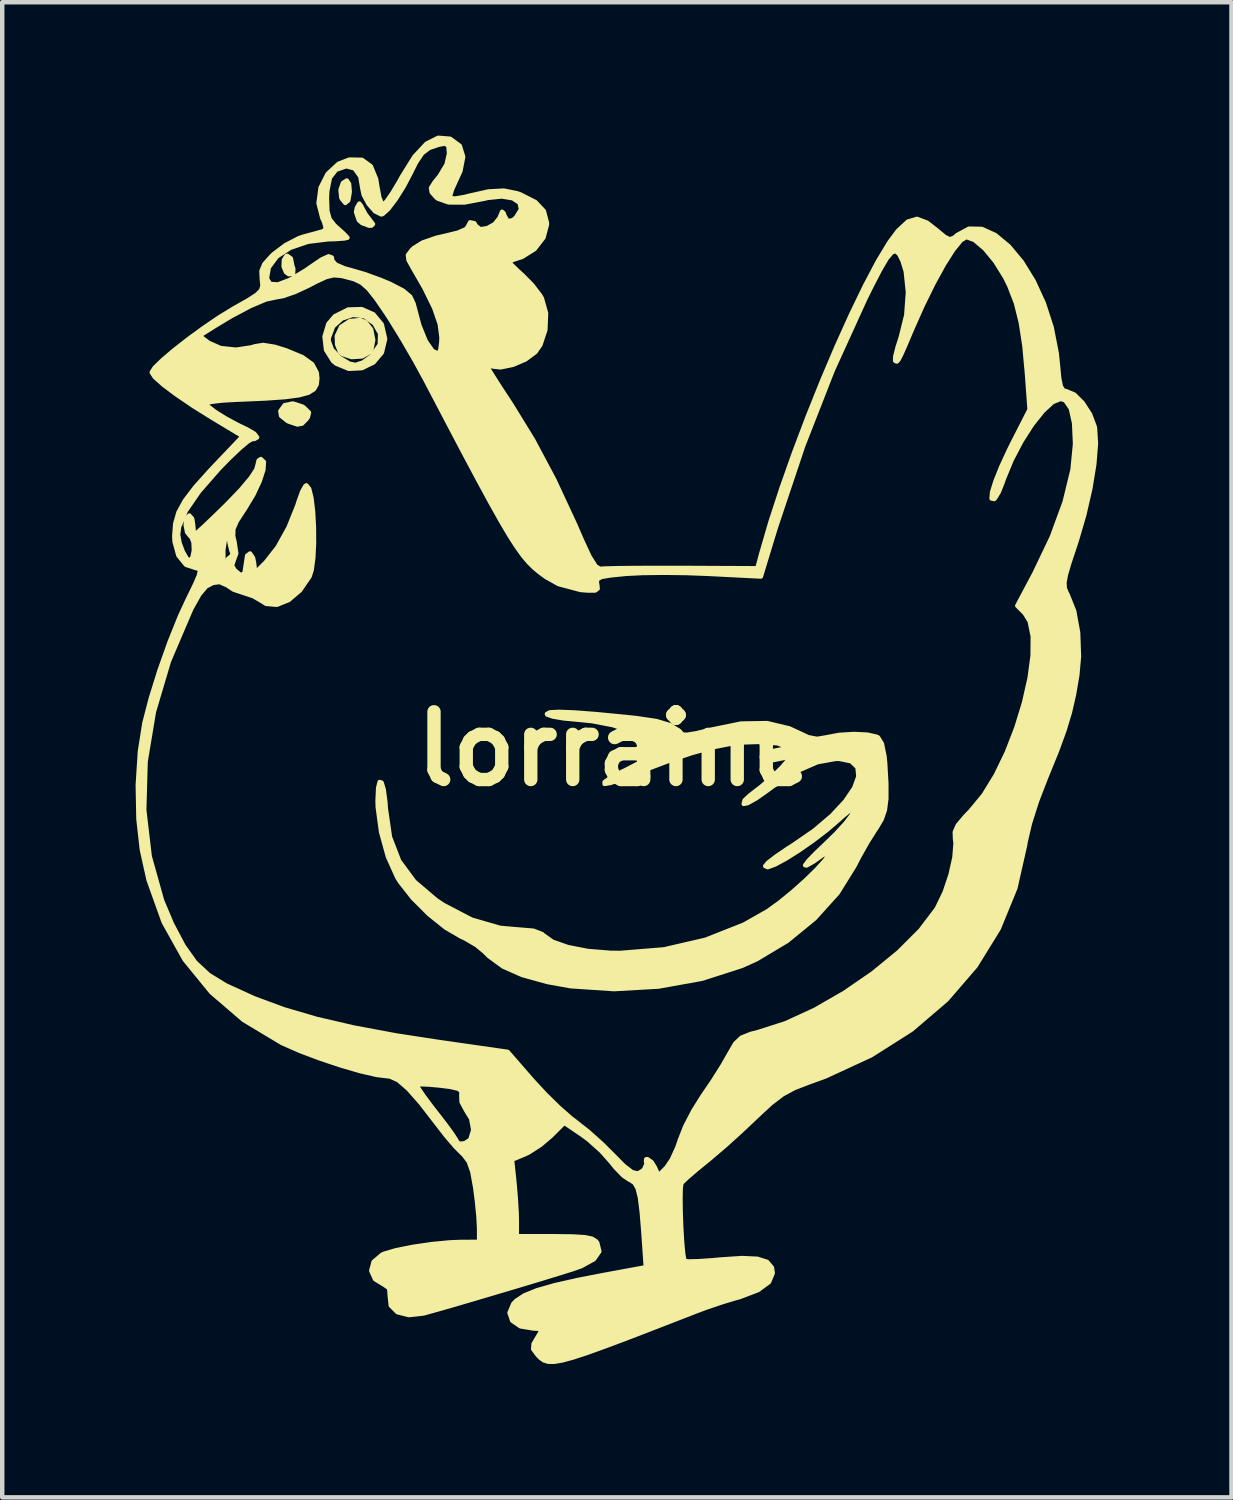
<source format=kicad_pcb>
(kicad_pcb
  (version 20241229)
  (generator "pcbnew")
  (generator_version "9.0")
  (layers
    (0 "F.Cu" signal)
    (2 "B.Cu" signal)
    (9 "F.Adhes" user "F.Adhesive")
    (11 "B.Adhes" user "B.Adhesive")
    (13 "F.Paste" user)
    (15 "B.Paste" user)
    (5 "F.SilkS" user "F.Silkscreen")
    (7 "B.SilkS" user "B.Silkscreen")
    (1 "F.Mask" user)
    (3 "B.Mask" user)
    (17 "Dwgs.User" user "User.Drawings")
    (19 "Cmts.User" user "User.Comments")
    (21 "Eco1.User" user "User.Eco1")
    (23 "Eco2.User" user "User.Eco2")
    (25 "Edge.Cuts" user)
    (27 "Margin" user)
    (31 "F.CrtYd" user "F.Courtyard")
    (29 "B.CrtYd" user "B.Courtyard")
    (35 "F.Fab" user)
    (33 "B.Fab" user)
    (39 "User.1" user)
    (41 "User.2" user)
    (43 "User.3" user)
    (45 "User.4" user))
  (footprint "lorraine"
    (layer "F.Cu")
    (at 10.777 13.796)
    (property "Reference" "lorraine" (at 0 0 0) (layer "F.SilkS") (effects (font (size 1.524 1.524) (thickness 0.3))))
    (attr through_hole)
    (fp_poly (pts (xy -5.96 -12.534) (xy -5.96 -12.531) (xy -5.993 -12.337) (xy -6.06 -12.281) (xy -6.139 -12.378) (xy -6.15 -12.404) (xy -6.166 -12.577) (xy -6.112 -12.73) (xy -6.026 -12.785) (xy -5.976 -12.711) (xy -5.96 -12.534)) (stroke (width 0.1) (type solid)) (fill yes) (layer "F.SilkS"))
    (fp_poly (pts (xy -7.23 -10.802) (xy -7.234 -10.687) (xy -7.329 -10.678) (xy -7.394 -10.724) (xy -7.446 -10.849) (xy -7.44 -10.999) (xy -7.383 -11.088) (xy -7.366 -11.091) (xy -7.284 -11.032) (xy -7.281 -11.014) (xy -7.253 -10.872) (xy -7.23 -10.802)) (stroke (width 0.1) (type solid)) (fill yes) (layer "F.SilkS"))
    (fp_poly (pts (xy -5.437 -11.805) (xy -5.472 -11.771) (xy -5.522 -11.769) (xy -5.683 -11.829) (xy -5.756 -11.895) (xy -5.817 -12.076) (xy -5.799 -12.17) (xy -5.743 -12.266) (xy -5.699 -12.207) (xy -5.694 -12.192) (xy -5.604 -12.026) (xy -5.521 -11.917) (xy -5.437 -11.805)) (stroke (width 0.1) (type solid)) (fill yes) (layer "F.SilkS"))
    (fp_poly (pts (xy -6.877 -7.565) (xy -6.904 -7.458) (xy -6.935 -7.417) (xy -7.035 -7.316) (xy -7.138 -7.298) (xy -7.315 -7.357) (xy -7.351 -7.371) (xy -7.502 -7.49) (xy -7.52 -7.598) (xy -7.423 -7.732) (xy -7.24 -7.769) (xy -7.028 -7.701) (xy -6.988 -7.675) (xy -6.877 -7.565)) (stroke (width 0.1) (type solid)) (fill yes) (layer "F.SilkS"))
    (fp_poly (pts (xy -5.432 -9.199) (xy -5.475 -8.978) (xy -5.508 -8.927) (xy -5.683 -8.829) (xy -5.918 -8.814) (xy -6.125 -8.882) (xy -6.176 -8.927) (xy -6.243 -9.098) (xy -6.25 -9.285) (xy -6.153 -9.494) (xy -5.956 -9.624) (xy -5.725 -9.645) (xy -5.605 -9.598) (xy -5.479 -9.434) (xy -5.432 -9.199)) (stroke (width 0.1) (type solid)) (fill yes) (layer "F.SilkS"))
    (fp_poly (pts (xy -5.165 -9.217) (xy -5.237 -8.917) (xy -5.275 -8.871) (xy -5.275 -9.342) (xy -5.405 -9.572) (xy -5.627 -9.733) (xy -5.886 -9.764) (xy -6.137 -9.681) (xy -6.334 -9.503) (xy -6.431 -9.247) (xy -6.435 -9.183) (xy -6.363 -8.986) (xy -6.187 -8.796) (xy -5.966 -8.664) (xy -5.827 -8.636) (xy -5.659 -8.693) (xy -5.47 -8.832) (xy -5.457 -8.844) (xy -5.283 -9.094) (xy -5.275 -9.342) (xy -5.275 -8.871) (xy -5.425 -8.693) (xy -5.687 -8.565) (xy -5.981 -8.55) (xy -6.263 -8.666) (xy -6.334 -8.724) (xy -6.492 -8.975) (xy -6.526 -9.274) (xy -6.44 -9.561) (xy -6.296 -9.731) (xy -5.993 -9.883) (xy -5.69 -9.892) (xy -5.427 -9.775) (xy -5.239 -9.548) (xy -5.165 -9.229) (xy -5.165 -9.217)) (stroke (width 0.1) (type solid)) (fill yes) (layer "F.SilkS"))
    (fp_poly (pts (xy 6.111 1.123) (xy 6.078 1.377) (xy 6.007 1.582) (xy 5.891 1.779) (xy 5.868 1.811) (xy 5.691 2.09) (xy 5.499 2.43) (xy 5.394 2.635) (xy 5.016 3.242) (xy 4.501 3.813) (xy 3.882 4.32) (xy 3.192 4.733) (xy 2.862 4.882) (xy 1.963 5.171) (xy 0.986 5.347) (xy -0.015 5.404) (xy -0.988 5.339) (xy -1.509 5.245) (xy -2.077 5.088) (xy -2.507 4.898) (xy -2.832 4.66) (xy -2.927 4.564) (xy -3.107 4.416) (xy -3.362 4.266) (xy -3.451 4.225) (xy -3.8 4.022) (xy -4.18 3.717) (xy -4.539 3.358) (xy -4.828 2.991) (xy -4.889 2.894) (xy -5.1 2.426) (xy -5.253 1.872) (xy -5.329 1.311) (xy -5.333 1.169) (xy -5.32 0.879) (xy -5.287 0.746) (xy -5.242 0.761) (xy -5.196 0.915) (xy -5.158 1.199) (xy -5.148 1.345) (xy -5.055 1.985) (xy -4.847 2.523) (xy -4.506 2.985) (xy -4.018 3.4) (xy -3.852 3.511) (xy -3.217 3.842) (xy -2.577 4.027) (xy -2.154 4.064) (xy -1.828 4.091) (xy -1.633 4.166) (xy -1.613 4.186) (xy -1.399 4.338) (xy -1.052 4.46) (xy -0.605 4.547) (xy -0.094 4.589) (xy 0.125 4.591) (xy 1.108 4.511) (xy 2.048 4.294) (xy 2.914 3.951) (xy 3.441 3.651) (xy 3.711 3.457) (xy 4.005 3.217) (xy 4.294 2.959) (xy 4.546 2.712) (xy 4.733 2.505) (xy 4.822 2.366) (xy 4.826 2.345) (xy 4.775 2.326) (xy 4.678 2.389) (xy 4.484 2.528) (xy 4.318 2.623) (xy 4.285 2.617) (xy 4.362 2.515) (xy 4.534 2.338) (xy 4.71 2.171) (xy 4.976 1.912) (xy 5.193 1.676) (xy 5.329 1.498) (xy 5.359 1.438) (xy 5.362 1.359) (xy 5.291 1.383) (xy 5.128 1.517) (xy 5.052 1.586) (xy 4.771 1.827) (xy 4.458 2.066) (xy 4.141 2.287) (xy 3.848 2.471) (xy 3.606 2.602) (xy 3.443 2.661) (xy 3.387 2.636) (xy 3.454 2.558) (xy 3.633 2.42) (xy 3.891 2.244) (xy 4.007 2.171) (xy 4.489 1.839) (xy 4.884 1.504) (xy 5.186 1.181) (xy 5.388 0.882) (xy 5.483 0.623) (xy 5.464 0.417) (xy 5.324 0.28) (xy 5.055 0.224) (xy 4.976 0.224) (xy 4.561 0.299) (xy 4.096 0.501) (xy 3.565 0.839) (xy 3.409 0.954) (xy 3.174 1.118) (xy 2.992 1.22) (xy 2.903 1.238) (xy 2.923 1.157) (xy 3.05 1.04) (xy 3.053 1.038) (xy 3.301 0.847) (xy 3.552 0.625) (xy 3.772 0.406) (xy 3.926 0.224) (xy 3.979 0.119) (xy 3.901 -0.034) (xy 3.665 -0.126) (xy 3.271 -0.158) (xy 2.927 -0.147) (xy 2.564 -0.107) (xy 2.174 -0.029) (xy 1.728 0.096) (xy 1.2 0.275) (xy 0.561 0.517) (xy 0.191 0.665) (xy -0.089 0.765) (xy -0.226 0.788) (xy -0.225 0.745) (xy -0.088 0.648) (xy 0.18 0.507) (xy 0.247 0.476) (xy 0.514 0.337) (xy 0.714 0.203) (xy 0.799 0.112) (xy 0.788 -0.071) (xy 0.63 -0.247) (xy 0.347 -0.404) (xy -0.039 -0.534) (xy -0.506 -0.624) (xy -0.826 -0.656) (xy -1.145 -0.686) (xy -1.388 -0.727) (xy -1.515 -0.77) (xy -1.524 -0.785) (xy -1.458 -0.821) (xy -1.255 -0.832) (xy -0.907 -0.819) (xy -0.409 -0.781) (xy 0.248 -0.717) (xy 0.484 -0.692) (xy 0.934 -0.626) (xy 1.247 -0.533) (xy 1.455 -0.401) (xy 1.525 -0.323) (xy 1.622 -0.316) (xy 1.837 -0.351) (xy 2.125 -0.42) (xy 2.159 -0.429) (xy 2.843 -0.569) (xy 3.429 -0.579) (xy 3.929 -0.46) (xy 4.089 -0.386) (xy 4.354 -0.262) (xy 4.552 -0.224) (xy 4.755 -0.258) (xy 4.758 -0.259) (xy 5.051 -0.314) (xy 5.381 -0.334) (xy 5.684 -0.32) (xy 5.898 -0.271) (xy 5.924 -0.257) (xy 6.011 -0.116) (xy 6.069 0.165) (xy 6.084 0.313) (xy 6.111 0.782) (xy 6.111 1.123)) (stroke (width 0.1) (type solid)) (fill yes) (layer "F.SilkS"))
    (fp_poly (pts (xy 10.826 -6.868) (xy 10.789 -6.403) (xy 10.7 -5.857) (xy 10.565 -5.269) (xy 10.392 -4.676) (xy 10.359 -4.577) (xy 10.357 -4.571) (xy 10.357 -6.858) (xy 10.336 -7.329) (xy 10.262 -7.659) (xy 10.138 -7.84) (xy 10.033 -7.874) (xy 9.851 -7.8) (xy 9.63 -7.596) (xy 9.389 -7.293) (xy 9.15 -6.919) (xy 8.932 -6.504) (xy 8.755 -6.077) (xy 8.726 -5.991) (xy 8.639 -5.774) (xy 8.553 -5.635) (xy 8.536 -5.621) (xy 8.479 -5.633) (xy 8.491 -5.774) (xy 8.566 -6.018) (xy 8.697 -6.345) (xy 8.875 -6.73) (xy 8.953 -6.886) (xy 9.334 -7.633) (xy 9.278 -8.41) (xy 9.218 -9.066) (xy 9.137 -9.592) (xy 9.028 -10.028) (xy 8.88 -10.412) (xy 8.783 -10.609) (xy 8.563 -10.964) (xy 8.324 -11.254) (xy 8.095 -11.447) (xy 7.911 -11.515) (xy 7.788 -11.439) (xy 7.615 -11.226) (xy 7.406 -10.897) (xy 7.172 -10.471) (xy 6.926 -9.97) (xy 6.69 -9.44) (xy 6.542 -9.091) (xy 6.445 -8.871) (xy 6.385 -8.754) (xy 6.348 -8.714) (xy 6.32 -8.723) (xy 6.309 -8.734) (xy 6.313 -8.829) (xy 6.365 -9.034) (xy 6.436 -9.254) (xy 6.56 -9.755) (xy 6.598 -10.271) (xy 6.549 -10.741) (xy 6.477 -10.977) (xy 6.401 -11.13) (xy 6.325 -11.199) (xy 6.236 -11.171) (xy 6.121 -11.033) (xy 5.968 -10.773) (xy 5.764 -10.378) (xy 5.635 -10.117) (xy 4.904 -8.512) (xy 4.24 -6.815) (xy 3.629 -4.991) (xy 3.556 -4.754) (xy 3.289 -3.877) (xy 2.113 -3.937) (xy 1.608 -3.956) (xy 1.092 -3.962) (xy 0.623 -3.956) (xy 0.262 -3.938) (xy 0.249 -3.937) (xy -0.089 -3.903) (xy -0.29 -3.87) (xy -0.384 -3.824) (xy -0.404 -3.757) (xy -0.394 -3.706) (xy -0.382 -3.606) (xy -0.441 -3.562) (xy -0.608 -3.562) (xy -0.766 -3.575) (xy -1.262 -3.707) (xy -1.537 -3.861) (xy -1.677 -3.962) (xy -1.805 -4.067) (xy -1.931 -4.191) (xy -2.061 -4.345) (xy -2.205 -4.545) (xy -2.37 -4.802) (xy -2.564 -5.131) (xy -2.795 -5.543) (xy -3.072 -6.053) (xy -3.403 -6.674) (xy -3.795 -7.419) (xy -4.255 -8.297) (xy -4.495 -8.735) (xy -4.772 -9.213) (xy -5.042 -9.652) (xy -5.136 -9.797) (xy -5.366 -10.133) (xy -5.542 -10.353) (xy -5.693 -10.486) (xy -5.85 -10.562) (xy -5.909 -10.58) (xy -6.143 -10.64) (xy -6.316 -10.655) (xy -6.486 -10.616) (xy -6.712 -10.512) (xy -6.9 -10.414) (xy -7.191 -10.279) (xy -7.455 -10.187) (xy -7.608 -10.16) (xy -7.848 -10.109) (xy -8.197 -9.961) (xy -8.635 -9.728) (xy -9.01 -9.502) (xy -9.342 -9.293) (xy -9.137 -9.136) (xy -8.866 -9.016) (xy -8.518 -8.979) (xy -8.166 -9.032) (xy -8.097 -9.055) (xy -7.906 -9.086) (xy -7.648 -9.044) (xy -7.393 -8.965) (xy -7.026 -8.813) (xy -6.804 -8.653) (xy -6.702 -8.462) (xy -6.689 -8.334) (xy -6.704 -8.196) (xy -6.765 -8.091) (xy -6.89 -8.012) (xy -7.101 -7.955) (xy -7.418 -7.913) (xy -7.861 -7.882) (xy -8.452 -7.856) (xy -8.523 -7.854) (xy -8.829 -7.836) (xy -9.065 -7.808) (xy -9.183 -7.778) (xy -9.186 -7.776) (xy -9.151 -7.707) (xy -8.998 -7.588) (xy -8.763 -7.44) (xy -8.48 -7.287) (xy -8.276 -7.189) (xy -8.106 -7.09) (xy -8.043 -7.007) (xy -8.106 -6.971) (xy -8.149 -6.973) (xy -8.247 -6.92) (xy -8.431 -6.766) (xy -8.673 -6.536) (xy -8.905 -6.298) (xy -9.349 -5.79) (xy -9.646 -5.358) (xy -9.798 -4.997) (xy -9.821 -4.82) (xy -9.79 -4.637) (xy -9.715 -4.435) (xy -9.625 -4.28) (xy -9.563 -4.233) (xy -9.497 -4.304) (xy -9.465 -4.466) (xy -9.473 -4.645) (xy -9.521 -4.766) (xy -9.54 -4.778) (xy -9.617 -4.873) (xy -9.65 -5.033) (xy -9.634 -5.184) (xy -9.567 -5.249) (xy -9.504 -5.177) (xy -9.483 -5.038) (xy -9.469 -4.878) (xy -9.444 -4.826) (xy -9.372 -4.882) (xy -9.206 -5.034) (xy -8.972 -5.258) (xy -8.724 -5.5) (xy -8.415 -5.821) (xy -8.189 -6.089) (xy -8.063 -6.28) (xy -8.043 -6.346) (xy -8.009 -6.486) (xy -7.959 -6.519) (xy -7.89 -6.453) (xy -7.903 -6.277) (xy -7.986 -6.021) (xy -8.128 -5.718) (xy -8.32 -5.399) (xy -8.338 -5.373) (xy -8.502 -5.121) (xy -8.578 -4.946) (xy -8.583 -4.791) (xy -8.552 -4.659) (xy -8.513 -4.397) (xy -8.563 -4.261) (xy -8.588 -4.187) (xy -8.588 -4.372) (xy -8.622 -4.466) (xy -8.666 -4.647) (xy -8.656 -4.732) (xy -8.661 -4.807) (xy -8.71 -4.79) (xy -8.774 -4.675) (xy -8.804 -4.47) (xy -8.801 -4.234) (xy -8.767 -4.026) (xy -8.705 -3.906) (xy -8.676 -3.895) (xy -8.677 -3.966) (xy -8.7 -4.106) (xy -8.699 -4.271) (xy -8.643 -4.318) (xy -8.588 -4.372) (xy -8.588 -4.187) (xy -8.609 -4.124) (xy -8.551 -4.022) (xy -8.413 -3.905) (xy -8.327 -3.949) (xy -8.297 -4.149) (xy -8.267 -4.345) (xy -8.202 -4.395) (xy -8.135 -4.295) (xy -8.112 -4.18) (xy -8.086 -3.958) (xy -7.844 -4.201) (xy -7.582 -4.536) (xy -7.336 -4.98) (xy -7.137 -5.474) (xy -7.108 -5.567) (xy -7.03 -5.784) (xy -6.958 -5.912) (xy -6.935 -5.927) (xy -6.872 -5.849) (xy -6.821 -5.641) (xy -6.785 -5.342) (xy -6.766 -4.992) (xy -6.763 -4.63) (xy -6.78 -4.293) (xy -6.817 -4.023) (xy -6.863 -3.879) (xy -7.078 -3.566) (xy -7.334 -3.348) (xy -7.6 -3.241) (xy -7.842 -3.263) (xy -7.943 -3.327) (xy -8.128 -3.435) (xy -8.355 -3.51) (xy -8.573 -3.583) (xy -8.718 -3.68) (xy -8.886 -3.754) (xy -9.039 -3.733) (xy -9.193 -3.652) (xy -9.341 -3.476) (xy -9.511 -3.174) (xy -9.534 -3.127) (xy -10.027 -1.973) (xy -10.366 -0.832) (xy -10.552 0.286) (xy -10.583 1.373) (xy -10.46 2.419) (xy -10.181 3.414) (xy -9.96 3.937) (xy -9.697 4.435) (xy -9.433 4.805) (xy -9.132 5.085) (xy -8.762 5.312) (xy -8.731 5.328) (xy -8.111 5.611) (xy -7.444 5.858) (xy -6.705 6.075) (xy -5.869 6.269) (xy -4.909 6.448) (xy -3.977 6.591) (xy -2.407 6.816) (xy -1.855 7.451) (xy -1.563 7.767) (xy -1.253 8.071) (xy -0.977 8.312) (xy -0.885 8.382) (xy -0.598 8.608) (xy -0.279 8.893) (xy -0.049 9.123) (xy 0.21 9.384) (xy 0.393 9.523) (xy 0.526 9.553) (xy 0.637 9.486) (xy 0.666 9.454) (xy 0.72 9.33) (xy 0.705 9.284) (xy 0.71 9.232) (xy 0.735 9.229) (xy 0.832 9.297) (xy 0.903 9.413) (xy 0.986 9.598) (xy 1.162 9.422) (xy 1.286 9.24) (xy 1.41 8.968) (xy 1.47 8.793) (xy 1.588 8.493) (xy 1.773 8.137) (xy 1.985 7.799) (xy 1.993 7.789) (xy 2.213 7.465) (xy 2.422 7.134) (xy 2.575 6.867) (xy 2.58 6.858) (xy 2.713 6.629) (xy 2.853 6.496) (xy 3.062 6.413) (xy 3.225 6.371) (xy 3.844 6.173) (xy 4.503 5.87) (xy 5.17 5.486) (xy 5.811 5.045) (xy 6.391 4.569) (xy 6.877 4.083) (xy 7.235 3.61) (xy 7.26 3.568) (xy 7.425 3.225) (xy 7.557 2.831) (xy 7.644 2.443) (xy 7.669 2.121) (xy 7.657 2.018) (xy 7.652 1.87) (xy 7.719 1.719) (xy 7.883 1.523) (xy 8.004 1.398) (xy 8.299 1.041) (xy 8.575 0.591) (xy 8.824 0.075) (xy 9.038 -0.478) (xy 9.211 -1.043) (xy 9.335 -1.592) (xy 9.403 -2.097) (xy 9.406 -2.532) (xy 9.337 -2.869) (xy 9.227 -3.049) (xy 9.057 -3.22) (xy 9.444 -3.948) (xy 9.835 -4.767) (xy 10.123 -5.552) (xy 10.3 -6.277) (xy 10.357 -6.858) (xy 10.357 -4.571) (xy 10.228 -4.184) (xy 10.15 -3.917) (xy 10.117 -3.738) (xy 10.125 -3.613) (xy 10.168 -3.508) (xy 10.186 -3.476) (xy 10.337 -3.099) (xy 10.425 -2.617) (xy 10.444 -2.081) (xy 10.407 -1.661) (xy 10.332 -1.22) (xy 10.24 -0.82) (xy 10.118 -0.416) (xy 9.951 0.042) (xy 9.724 0.599) (xy 9.702 0.653) (xy 9.5 1.176) (xy 9.341 1.676) (xy 9.243 2.096) (xy 9.234 2.159) (xy 9.013 3.132) (xy 8.64 4.043) (xy 8.122 4.882) (xy 7.466 5.643) (xy 6.679 6.316) (xy 5.768 6.894) (xy 4.742 7.368) (xy 4.36 7.507) (xy 4.041 7.63) (xy 3.778 7.772) (xy 3.518 7.97) (xy 3.205 8.259) (xy 3.175 8.289) (xy 2.843 8.602) (xy 2.483 8.927) (xy 2.157 9.205) (xy 2.074 9.273) (xy 1.822 9.479) (xy 1.621 9.653) (xy 1.509 9.761) (xy 1.502 9.77) (xy 1.485 9.881) (xy 1.48 10.115) (xy 1.484 10.425) (xy 1.497 10.765) (xy 1.516 11.089) (xy 1.54 11.351) (xy 1.566 11.504) (xy 1.572 11.518) (xy 1.661 11.531) (xy 1.881 11.526) (xy 2.191 11.505) (xy 2.374 11.488) (xy 2.865 11.455) (xy 3.211 11.471) (xy 3.429 11.541) (xy 3.537 11.669) (xy 3.556 11.791) (xy 3.472 11.994) (xy 3.224 12.175) (xy 2.812 12.332) (xy 2.709 12.36) (xy 2.414 12.449) (xy 2.057 12.57) (xy 1.82 12.659) (xy 1.015 12.972) (xy 0.352 13.228) (xy -0.184 13.43) (xy -0.608 13.583) (xy -0.936 13.691) (xy -1.183 13.758) (xy -1.365 13.788) (xy -1.495 13.786) (xy -1.591 13.756) (xy -1.667 13.702) (xy -1.734 13.634) (xy -1.832 13.502) (xy -1.824 13.387) (xy -1.745 13.253) (xy -1.656 13.103) (xy -1.679 13.047) (xy -1.824 13.039) (xy -2.119 12.99) (xy -2.305 12.862) (xy -2.365 12.684) (xy -2.279 12.483) (xy -2.215 12.416) (xy -2.033 12.296) (xy -1.749 12.18) (xy -1.347 12.065) (xy -0.808 11.944) (xy -0.305 11.846) (xy 0.701 11.661) (xy 0.648 10.889) (xy 0.61 10.422) (xy 0.57 10.097) (xy 0.518 9.887) (xy 0.449 9.764) (xy 0.355 9.7) (xy 0.334 9.693) (xy 0.194 9.598) (xy 0.015 9.413) (xy -0.076 9.299) (xy -0.301 9.046) (xy -0.587 8.79) (xy -0.732 8.683) (xy -1.135 8.41) (xy -1.426 8.702) (xy -1.671 8.91) (xy -1.934 9.079) (xy -2.013 9.117) (xy -2.309 9.241) (xy -2.255 9.755) (xy -2.225 10.104) (xy -2.205 10.445) (xy -2.201 10.617) (xy -2.201 10.964) (xy -1.344 10.964) (xy -0.942 10.969) (xy -0.677 10.985) (xy -0.515 11.018) (xy -0.423 11.073) (xy -0.392 11.113) (xy -0.345 11.305) (xy -0.465 11.479) (xy -0.751 11.636) (xy -0.939 11.703) (xy -1.267 11.805) (xy -1.691 11.935) (xy -2.176 12.081) (xy -2.687 12.233) (xy -3.187 12.381) (xy -3.64 12.514) (xy -4.012 12.62) (xy -4.265 12.691) (xy -4.304 12.701) (xy -4.632 12.737) (xy -4.886 12.672) (xy -5.036 12.521) (xy -5.058 12.313) (xy -5.072 12.134) (xy -5.169 12.064) (xy -5.39 11.929) (xy -5.475 11.739) (xy -5.422 11.54) (xy -5.23 11.377) (xy -5.183 11.357) (xy -4.912 11.277) (xy -4.533 11.202) (xy -4.107 11.14) (xy -3.694 11.101) (xy -3.45 11.092) (xy -3.048 11.091) (xy -3.05 10.774) (xy -3.063 10.523) (xy -3.096 10.183) (xy -3.137 9.865) (xy -3.18 9.631) (xy -3.18 8.572) (xy -3.228 8.317) (xy -3.343 8.129) (xy -3.443 7.942) (xy -3.449 7.799) (xy -3.444 7.705) (xy -3.514 7.646) (xy -3.693 7.604) (xy -3.91 7.576) (xy -4.183 7.551) (xy -4.38 7.544) (xy -4.45 7.554) (xy -4.417 7.632) (xy -4.299 7.808) (xy -4.117 8.052) (xy -4.021 8.175) (xy -3.813 8.443) (xy -3.653 8.663) (xy -3.565 8.799) (xy -3.556 8.824) (xy -3.496 8.886) (xy -3.368 8.871) (xy -3.248 8.79) (xy -3.244 8.784) (xy -3.18 8.572) (xy -3.18 9.631) (xy -3.201 9.512) (xy -3.283 9.282) (xy -3.398 9.129) (xy -3.428 9.103) (xy -3.581 8.949) (xy -3.788 8.708) (xy -4.003 8.431) (xy -4.008 8.424) (xy -4.36 7.968) (xy -4.643 7.648) (xy -4.868 7.453) (xy -5.049 7.371) (xy -5.097 7.366) (xy -5.356 7.334) (xy -5.727 7.248) (xy -6.166 7.12) (xy -6.63 6.965) (xy -7.076 6.797) (xy -7.46 6.628) (xy -7.493 6.612) (xy -8.346 6.1) (xy -9.074 5.475) (xy -9.674 4.74) (xy -10.144 3.897) (xy -10.484 2.948) (xy -10.634 2.275) (xy -10.712 1.58) (xy -10.727 0.815) (xy -10.679 0.059) (xy -10.579 -0.576) (xy -10.435 -1.132) (xy -10.239 -1.762) (xy -10.011 -2.403) (xy -9.775 -2.99) (xy -9.601 -3.365) (xy -9.44 -3.695) (xy -9.351 -3.902) (xy -9.328 -4.014) (xy -9.363 -4.058) (xy -9.409 -4.064) (xy -9.643 -4.141) (xy -9.814 -4.351) (xy -9.9 -4.664) (xy -9.906 -4.788) (xy -9.885 -5.064) (xy -9.812 -5.319) (xy -9.667 -5.584) (xy -9.434 -5.89) (xy -9.094 -6.268) (xy -8.998 -6.37) (xy -8.366 -7.034) (xy -9.046 -7.443) (xy -9.477 -7.712) (xy -9.853 -7.967) (xy -10.149 -8.189) (xy -10.344 -8.363) (xy -10.414 -8.469) (xy -10.414 -8.47) (xy -10.348 -8.574) (xy -10.169 -8.748) (xy -9.907 -8.971) (xy -9.589 -9.219) (xy -9.245 -9.47) (xy -8.903 -9.703) (xy -8.593 -9.893) (xy -8.565 -9.909) (xy -8.247 -10.089) (xy -8.052 -10.215) (xy -7.952 -10.315) (xy -7.922 -10.416) (xy -7.934 -10.546) (xy -7.936 -10.562) (xy -7.945 -10.75) (xy -7.88 -10.906) (xy -7.713 -11.091) (xy -7.67 -11.132) (xy -7.404 -11.332) (xy -7.105 -11.487) (xy -7.003 -11.522) (xy -6.759 -11.588) (xy -6.579 -11.638) (xy -6.545 -11.647) (xy -6.495 -11.712) (xy -6.542 -11.871) (xy -6.575 -11.938) (xy -6.661 -12.276) (xy -6.615 -12.622) (xy -6.458 -12.933) (xy -6.211 -13.162) (xy -5.969 -13.256) (xy -5.684 -13.25) (xy -5.485 -13.106) (xy -5.367 -12.817) (xy -5.339 -12.647) (xy -5.296 -12.411) (xy -5.24 -12.265) (xy -5.207 -12.242) (xy -5.13 -12.315) (xy -5 -12.503) (xy -4.84 -12.771) (xy -4.784 -12.873) (xy -4.502 -13.325) (xy -4.233 -13.614) (xy -3.97 -13.746) (xy -3.707 -13.725) (xy -3.696 -13.721) (xy -3.484 -13.565) (xy -3.408 -13.32) (xy -3.47 -12.999) (xy -3.556 -12.81) (xy -3.658 -12.588) (xy -3.704 -12.431) (xy -3.698 -12.39) (xy -3.592 -12.379) (xy -3.386 -12.413) (xy -3.283 -12.439) (xy -2.839 -12.539) (xy -2.491 -12.558) (xy -2.188 -12.496) (xy -2.12 -12.471) (xy -1.783 -12.3) (xy -1.593 -12.098) (xy -1.525 -11.839) (xy -1.524 -11.794) (xy -1.601 -11.503) (xy -1.802 -11.243) (xy -2.085 -11.066) (xy -2.106 -11.059) (xy -2.106 -12.136) (xy -2.138 -12.284) (xy -2.291 -12.386) (xy -2.539 -12.427) (xy -2.858 -12.394) (xy -2.938 -12.375) (xy -3.379 -12.291) (xy -3.736 -12.293) (xy -3.98 -12.379) (xy -4.016 -12.41) (xy -4.116 -12.522) (xy -4.131 -12.617) (xy -4.05 -12.747) (xy -3.937 -12.885) (xy -3.781 -13.146) (xy -3.725 -13.393) (xy -3.74 -13.569) (xy -3.816 -13.617) (xy -3.958 -13.591) (xy -4.173 -13.518) (xy -4.33 -13.399) (xy -4.469 -13.192) (xy -4.58 -12.968) (xy -4.746 -12.652) (xy -4.925 -12.367) (xy -5.091 -12.148) (xy -5.219 -12.032) (xy -5.25 -12.023) (xy -5.389 -12.092) (xy -5.535 -12.259) (xy -5.644 -12.461) (xy -5.673 -12.595) (xy -5.721 -12.876) (xy -5.851 -13.058) (xy -6.037 -13.107) (xy -6.038 -13.107) (xy -6.268 -13.027) (xy -6.406 -12.85) (xy -6.466 -12.548) (xy -6.473 -12.386) (xy -6.463 -12.1) (xy -6.414 -11.918) (xy -6.302 -11.776) (xy -6.244 -11.723) (xy -6.092 -11.586) (xy -6.014 -11.503) (xy -6.011 -11.498) (xy -6.088 -11.482) (xy -6.284 -11.468) (xy -6.456 -11.463) (xy -6.903 -11.407) (xy -7.298 -11.272) (xy -7.601 -11.075) (xy -7.777 -10.836) (xy -7.782 -10.821) (xy -7.824 -10.582) (xy -7.752 -10.458) (xy -7.574 -10.447) (xy -7.302 -10.55) (xy -6.945 -10.766) (xy -6.856 -10.829) (xy -6.593 -11.008) (xy -6.436 -11.08) (xy -6.363 -11.053) (xy -6.35 -10.979) (xy -6.273 -10.893) (xy -6.071 -10.807) (xy -5.938 -10.771) (xy -5.621 -10.679) (xy -5.257 -10.546) (xy -5.05 -10.459) (xy -4.761 -10.309) (xy -4.598 -10.172) (xy -4.525 -10.017) (xy -4.523 -10.01) (xy -4.394 -9.526) (xy -4.249 -9.169) (xy -4.098 -8.952) (xy -3.966 -8.89) (xy -3.923 -8.966) (xy -3.898 -9.156) (xy -3.895 -9.259) (xy -3.934 -9.558) (xy -4.059 -9.92) (xy -4.278 -10.367) (xy -4.535 -10.814) (xy -4.637 -10.997) (xy -4.65 -11.107) (xy -4.571 -11.214) (xy -4.522 -11.263) (xy -4.321 -11.389) (xy -4.006 -11.498) (xy -3.824 -11.539) (xy -3.526 -11.612) (xy -3.344 -11.691) (xy -3.302 -11.746) (xy -3.252 -11.844) (xy -3.158 -11.825) (xy -3.114 -11.755) (xy -3.022 -11.689) (xy -2.863 -11.713) (xy -2.699 -11.805) (xy -2.59 -11.941) (xy -2.583 -11.958) (xy -2.533 -12.082) (xy -2.497 -12.051) (xy -2.482 -12.002) (xy -2.407 -11.868) (xy -2.287 -11.895) (xy -2.218 -11.955) (xy -2.106 -12.136) (xy -2.106 -11.059) (xy -2.174 -11.038) (xy -2.325 -10.987) (xy -2.371 -10.953) (xy -2.313 -10.881) (xy -2.166 -10.739) (xy -2.07 -10.653) (xy -1.853 -10.432) (xy -1.675 -10.199) (xy -1.637 -10.133) (xy -1.544 -9.801) (xy -1.559 -9.428) (xy -1.671 -9.087) (xy -1.784 -8.926) (xy -2.006 -8.761) (xy -2.29 -8.639) (xy -2.568 -8.583) (xy -2.743 -8.602) (xy -2.858 -8.63) (xy -2.879 -8.62) (xy -2.835 -8.54) (xy -2.715 -8.348) (xy -2.538 -8.072) (xy -2.322 -7.743) (xy -1.831 -6.943) (xy -1.359 -6.056) (xy -0.889 -5.046) (xy -0.739 -4.699) (xy -0.566 -4.327) (xy -0.429 -4.109) (xy -0.333 -4.049) (xy -0.216 -4.057) (xy 0.044 -4.064) (xy 0.417 -4.068) (xy 0.877 -4.07) (xy 1.397 -4.07) (xy 1.498 -4.07) (xy 3.21 -4.062) (xy 3.303 -4.408) (xy 3.507 -5.109) (xy 3.755 -5.868) (xy 4.037 -6.665) (xy 4.344 -7.476) (xy 4.666 -8.279) (xy 4.994 -9.051) (xy 5.319 -9.771) (xy 5.631 -10.416) (xy 5.92 -10.964) (xy 6.178 -11.392) (xy 6.373 -11.654) (xy 6.596 -11.861) (xy 6.801 -11.922) (xy 7.026 -11.837) (xy 7.238 -11.673) (xy 7.425 -11.517) (xy 7.539 -11.462) (xy 7.633 -11.496) (xy 7.708 -11.56) (xy 7.971 -11.702) (xy 8.26 -11.696) (xy 8.562 -11.558) (xy 8.866 -11.306) (xy 9.158 -10.956) (xy 9.424 -10.524) (xy 9.653 -10.027) (xy 9.83 -9.481) (xy 9.943 -8.904) (xy 9.968 -8.665) (xy 9.999 -8.339) (xy 10.038 -8.149) (xy 10.094 -8.062) (xy 10.165 -8.043) (xy 10.34 -7.97) (xy 10.528 -7.782) (xy 10.693 -7.527) (xy 10.798 -7.25) (xy 10.805 -7.215) (xy 10.826 -6.868)) (stroke (width 0.1) (type solid)) (fill yes) (layer "F.SilkS")))
  (gr_rect
    (start -3 -3)
    (end 24.653 30.634)
    (stroke (width 0.1) (type default))
    (fill no)
    (layer "Edge.Cuts")))
</source>
